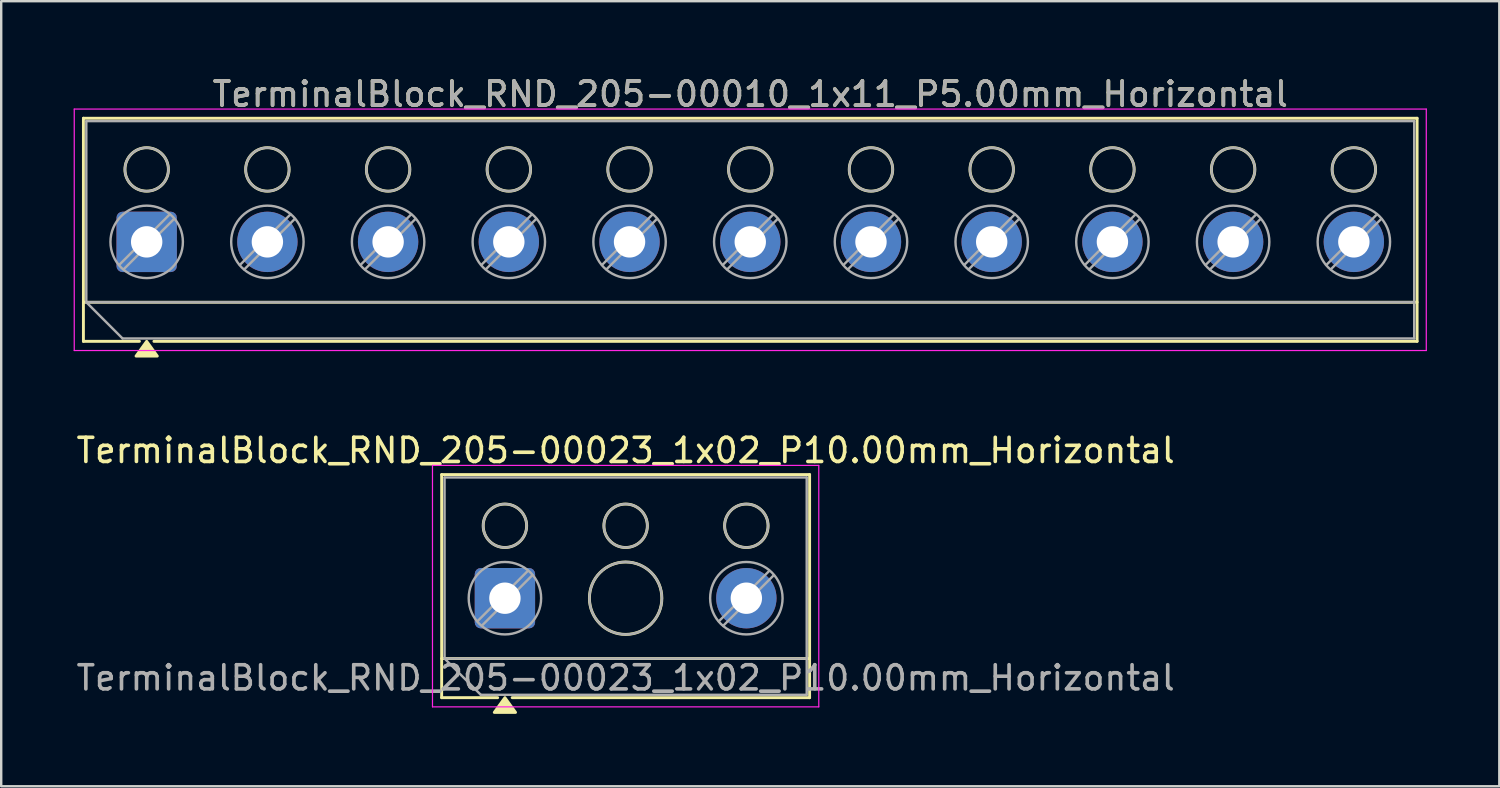
<source format=kicad_pcb>
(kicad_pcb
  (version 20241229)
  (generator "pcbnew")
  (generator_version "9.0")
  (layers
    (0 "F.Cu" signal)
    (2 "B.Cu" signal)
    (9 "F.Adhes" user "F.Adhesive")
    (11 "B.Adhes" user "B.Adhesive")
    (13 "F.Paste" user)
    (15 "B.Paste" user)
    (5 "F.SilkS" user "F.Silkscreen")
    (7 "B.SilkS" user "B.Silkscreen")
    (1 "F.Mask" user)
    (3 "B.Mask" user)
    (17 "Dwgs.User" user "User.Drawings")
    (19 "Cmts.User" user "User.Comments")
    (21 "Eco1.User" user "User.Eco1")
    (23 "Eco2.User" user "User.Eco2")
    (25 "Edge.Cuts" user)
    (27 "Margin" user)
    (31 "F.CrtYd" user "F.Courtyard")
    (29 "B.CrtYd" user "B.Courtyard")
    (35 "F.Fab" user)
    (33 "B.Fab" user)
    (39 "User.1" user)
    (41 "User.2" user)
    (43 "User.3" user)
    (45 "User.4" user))
  (footprint "TerminalBlock_RND_205-00010_1x11_P5.00mm_Horizontal"
    (layer "F.Cu")
    (at 3.025 6.968)
    (property "Reference" "TerminalBlock_RND_205-00010_1x11_P5.00mm_Horizontal" (at 25 -6.12 0) (layer "F.SilkS") (effects (font (size 1 1) (thickness 0.15))))
    (attr through_hole)
    (fp_line (start -2.62 -5.12) (end -2.62 4.12) (stroke (width 0.12) (type solid)) (layer "F.SilkS"))
    (fp_line (start -2.62 -5.12) (end 52.62 -5.12) (stroke (width 0.12) (type solid)) (layer "F.SilkS"))
    (fp_line (start -2.62 2.5) (end 52.62 2.5) (stroke (width 0.12) (type solid)) (layer "F.SilkS"))
    (fp_line (start -2.62 4.12) (end -0.3 4.12) (stroke (width 0.12) (type solid)) (layer "F.SilkS"))
    (fp_line (start 0.3 4.12) (end 52.62 4.12) (stroke (width 0.12) (type solid)) (layer "F.SilkS"))
    (fp_line (start 52.62 -5.12) (end 52.62 4.12) (stroke (width 0.12) (type solid)) (layer "F.SilkS"))
    (fp_circle (center 0 -3) (end 0.9 -3) (stroke (width 0.12) (type solid)) (fill no) (layer "F.SilkS"))
    (fp_circle (center 5 -3) (end 5.9 -3) (stroke (width 0.12) (type solid)) (fill no) (layer "F.SilkS"))
    (fp_circle (center 10 -3) (end 10.9 -3) (stroke (width 0.12) (type solid)) (fill no) (layer "F.SilkS"))
    (fp_circle (center 15 -3) (end 15.9 -3) (stroke (width 0.12) (type solid)) (fill no) (layer "F.SilkS"))
    (fp_circle (center 20 -3) (end 20.9 -3) (stroke (width 0.12) (type solid)) (fill no) (layer "F.SilkS"))
    (fp_circle (center 25 -3) (end 25.9 -3) (stroke (width 0.12) (type solid)) (fill no) (layer "F.SilkS"))
    (fp_circle (center 30 -3) (end 30.9 -3) (stroke (width 0.12) (type solid)) (fill no) (layer "F.SilkS"))
    (fp_circle (center 35 -3) (end 35.9 -3) (stroke (width 0.12) (type solid)) (fill no) (layer "F.SilkS"))
    (fp_circle (center 40 -3) (end 40.9 -3) (stroke (width 0.12) (type solid)) (fill no) (layer "F.SilkS"))
    (fp_circle (center 45 -3) (end 45.9 -3) (stroke (width 0.12) (type solid)) (fill no) (layer "F.SilkS"))
    (fp_circle (center 50 -3) (end 50.9 -3) (stroke (width 0.12) (type solid)) (fill no) (layer "F.SilkS"))
    (fp_poly (pts (xy 0 4.12) (xy 0.44 4.73) (xy -0.44 4.73)) (stroke (width 0.12) (type solid)) (fill yes) (layer "F.SilkS"))
    (fp_line (start -3 -5.5) (end -3 4.5) (stroke (width 0.05) (type solid)) (layer "F.CrtYd"))
    (fp_line (start -3 4.5) (end 53 4.5) (stroke (width 0.05) (type solid)) (layer "F.CrtYd"))
    (fp_line (start 53 -5.5) (end -3 -5.5) (stroke (width 0.05) (type solid)) (layer "F.CrtYd"))
    (fp_line (start 53 4.5) (end 53 -5.5) (stroke (width 0.05) (type solid)) (layer "F.CrtYd"))
    (fp_line (start -2.5 -5) (end 52.5 -5) (stroke (width 0.1) (type solid)) (layer "F.Fab"))
    (fp_line (start -2.5 2.5) (end -2.5 -5) (stroke (width 0.1) (type solid)) (layer "F.Fab"))
    (fp_line (start -2.5 2.5) (end 52.5 2.5) (stroke (width 0.1) (type solid)) (layer "F.Fab"))
    (fp_line (start -1 4) (end -2.5 2.5) (stroke (width 0.1) (type solid)) (layer "F.Fab"))
    (fp_line (start 0.955 -1.138) (end -1.138 0.954) (stroke (width 0.1) (type solid)) (layer "F.Fab"))
    (fp_line (start 1.138 -0.954) (end -0.955 1.137) (stroke (width 0.1) (type solid)) (layer "F.Fab"))
    (fp_line (start 5.955 -1.138) (end 3.862 0.954) (stroke (width 0.1) (type solid)) (layer "F.Fab"))
    (fp_line (start 6.138 -0.954) (end 4.045 1.137) (stroke (width 0.1) (type solid)) (layer "F.Fab"))
    (fp_line (start 10.955 -1.138) (end 8.862 0.954) (stroke (width 0.1) (type solid)) (layer "F.Fab"))
    (fp_line (start 11.138 -0.954) (end 9.045 1.137) (stroke (width 0.1) (type solid)) (layer "F.Fab"))
    (fp_line (start 15.955 -1.138) (end 13.862 0.954) (stroke (width 0.1) (type solid)) (layer "F.Fab"))
    (fp_line (start 16.138 -0.954) (end 14.045 1.137) (stroke (width 0.1) (type solid)) (layer "F.Fab"))
    (fp_line (start 20.955 -1.138) (end 18.862 0.954) (stroke (width 0.1) (type solid)) (layer "F.Fab"))
    (fp_line (start 21.138 -0.954) (end 19.045 1.137) (stroke (width 0.1) (type solid)) (layer "F.Fab"))
    (fp_line (start 25.955 -1.138) (end 23.862 0.954) (stroke (width 0.1) (type solid)) (layer "F.Fab"))
    (fp_line (start 26.138 -0.954) (end 24.045 1.137) (stroke (width 0.1) (type solid)) (layer "F.Fab"))
    (fp_line (start 30.955 -1.138) (end 28.862 0.954) (stroke (width 0.1) (type solid)) (layer "F.Fab"))
    (fp_line (start 31.138 -0.954) (end 29.045 1.137) (stroke (width 0.1) (type solid)) (layer "F.Fab"))
    (fp_line (start 35.955 -1.138) (end 33.862 0.954) (stroke (width 0.1) (type solid)) (layer "F.Fab"))
    (fp_line (start 36.138 -0.954) (end 34.045 1.137) (stroke (width 0.1) (type solid)) (layer "F.Fab"))
    (fp_line (start 40.955 -1.138) (end 38.862 0.954) (stroke (width 0.1) (type solid)) (layer "F.Fab"))
    (fp_line (start 41.138 -0.954) (end 39.045 1.137) (stroke (width 0.1) (type solid)) (layer "F.Fab"))
    (fp_line (start 45.955 -1.138) (end 43.862 0.954) (stroke (width 0.1) (type solid)) (layer "F.Fab"))
    (fp_line (start 46.138 -0.954) (end 44.045 1.137) (stroke (width 0.1) (type solid)) (layer "F.Fab"))
    (fp_line (start 50.955 -1.138) (end 48.862 0.954) (stroke (width 0.1) (type solid)) (layer "F.Fab"))
    (fp_line (start 51.138 -0.954) (end 49.045 1.137) (stroke (width 0.1) (type solid)) (layer "F.Fab"))
    (fp_line (start 52.5 -5) (end 52.5 4) (stroke (width 0.1) (type solid)) (layer "F.Fab"))
    (fp_line (start 52.5 4) (end -1 4) (stroke (width 0.1) (type solid)) (layer "F.Fab"))
    (fp_circle (center 0 -3) (end 0.9 -3) (stroke (width 0.1) (type solid)) (fill no) (layer "F.Fab"))
    (fp_circle (center 0 0) (end 1.5 0) (stroke (width 0.1) (type solid)) (fill no) (layer "F.Fab"))
    (fp_circle (center 5 -3) (end 5.9 -3) (stroke (width 0.1) (type solid)) (fill no) (layer "F.Fab"))
    (fp_circle (center 5 0) (end 6.5 0) (stroke (width 0.1) (type solid)) (fill no) (layer "F.Fab"))
    (fp_circle (center 10 -3) (end 10.9 -3) (stroke (width 0.1) (type solid)) (fill no) (layer "F.Fab"))
    (fp_circle (center 10 0) (end 11.5 0) (stroke (width 0.1) (type solid)) (fill no) (layer "F.Fab"))
    (fp_circle (center 15 -3) (end 15.9 -3) (stroke (width 0.1) (type solid)) (fill no) (layer "F.Fab"))
    (fp_circle (center 15 0) (end 16.5 0) (stroke (width 0.1) (type solid)) (fill no) (layer "F.Fab"))
    (fp_circle (center 20 -3) (end 20.9 -3) (stroke (width 0.1) (type solid)) (fill no) (layer "F.Fab"))
    (fp_circle (center 20 0) (end 21.5 0) (stroke (width 0.1) (type solid)) (fill no) (layer "F.Fab"))
    (fp_circle (center 25 -3) (end 25.9 -3) (stroke (width 0.1) (type solid)) (fill no) (layer "F.Fab"))
    (fp_circle (center 25 0) (end 26.5 0) (stroke (width 0.1) (type solid)) (fill no) (layer "F.Fab"))
    (fp_circle (center 30 -3) (end 30.9 -3) (stroke (width 0.1) (type solid)) (fill no) (layer "F.Fab"))
    (fp_circle (center 30 0) (end 31.5 0) (stroke (width 0.1) (type solid)) (fill no) (layer "F.Fab"))
    (fp_circle (center 35 -3) (end 35.9 -3) (stroke (width 0.1) (type solid)) (fill no) (layer "F.Fab"))
    (fp_circle (center 35 0) (end 36.5 0) (stroke (width 0.1) (type solid)) (fill no) (layer "F.Fab"))
    (fp_circle (center 40 -3) (end 40.9 -3) (stroke (width 0.1) (type solid)) (fill no) (layer "F.Fab"))
    (fp_circle (center 40 0) (end 41.5 0) (stroke (width 0.1) (type solid)) (fill no) (layer "F.Fab"))
    (fp_circle (center 45 -3) (end 45.9 -3) (stroke (width 0.1) (type solid)) (fill no) (layer "F.Fab"))
    (fp_circle (center 45 0) (end 46.5 0) (stroke (width 0.1) (type solid)) (fill no) (layer "F.Fab"))
    (fp_circle (center 50 -3) (end 50.9 -3) (stroke (width 0.1) (type solid)) (fill no) (layer "F.Fab"))
    (fp_circle (center 50 0) (end 51.5 0) (stroke (width 0.1) (type solid)) (fill no) (layer "F.Fab"))
    (fp_text user "${REFERENCE}" (at 25 -6.12 0) (layer "F.Fab") (effects (font (size 1 1) (thickness 0.15))))
    (pad "1" thru_hole roundrect (at 0 0) (size 2.5 2.5) (drill 1.3) (layers "*.Cu" "*.Mask") (roundrect_rratio 0.1))
    (pad "2" thru_hole circle (at 5 0) (size 2.5 2.5) (drill 1.3) (layers "*.Cu" "*.Mask"))
    (pad "3" thru_hole circle (at 10 0) (size 2.5 2.5) (drill 1.3) (layers "*.Cu" "*.Mask"))
    (pad "4" thru_hole circle (at 15 0) (size 2.5 2.5) (drill 1.3) (layers "*.Cu" "*.Mask"))
    (pad "5" thru_hole circle (at 20 0) (size 2.5 2.5) (drill 1.3) (layers "*.Cu" "*.Mask"))
    (pad "6" thru_hole circle (at 25 0) (size 2.5 2.5) (drill 1.3) (layers "*.Cu" "*.Mask"))
    (pad "7" thru_hole circle (at 30 0) (size 2.5 2.5) (drill 1.3) (layers "*.Cu" "*.Mask"))
    (pad "8" thru_hole circle (at 35 0) (size 2.5 2.5) (drill 1.3) (layers "*.Cu" "*.Mask"))
    (pad "9" thru_hole circle (at 40 0) (size 2.5 2.5) (drill 1.3) (layers "*.Cu" "*.Mask"))
    (pad "10" thru_hole circle (at 45 0) (size 2.5 2.5) (drill 1.3) (layers "*.Cu" "*.Mask"))
    (pad "11" thru_hole circle (at 50 0) (size 2.5 2.5) (drill 1.3) (layers "*.Cu" "*.Mask")))
  (footprint "TerminalBlock_RND_205-00023_1x02_P10.00mm_Horizontal"
    (layer "F.Cu")
    (at 17.863 21.727)
    (property "Reference" "TerminalBlock_RND_205-00023_1x02_P10.00mm_Horizontal" (at 5 -6.12 0) (layer "F.SilkS") (effects (font (size 1 1) (thickness 0.15))))
    (attr through_hole)
    (fp_line (start -2.62 -5.12) (end -2.62 4.12) (stroke (width 0.12) (type solid)) (layer "F.SilkS"))
    (fp_line (start -2.62 -5.12) (end 12.62 -5.12) (stroke (width 0.12) (type solid)) (layer "F.SilkS"))
    (fp_line (start -2.62 2.5) (end 12.62 2.5) (stroke (width 0.12) (type solid)) (layer "F.SilkS"))
    (fp_line (start -2.62 4.12) (end -0.3 4.12) (stroke (width 0.12) (type solid)) (layer "F.SilkS"))
    (fp_line (start 0.3 4.12) (end 12.62 4.12) (stroke (width 0.12) (type solid)) (layer "F.SilkS"))
    (fp_line (start 12.62 -5.12) (end 12.62 4.12) (stroke (width 0.12) (type solid)) (layer "F.SilkS"))
    (fp_circle (center 0 -3) (end 0.9 -3) (stroke (width 0.12) (type solid)) (fill no) (layer "F.SilkS"))
    (fp_circle (center 5 -3) (end 5.9 -3) (stroke (width 0.12) (type solid)) (fill no) (layer "F.SilkS"))
    (fp_circle (center 5 0) (end 6.5 0) (stroke (width 0.12) (type solid)) (fill no) (layer "F.SilkS"))
    (fp_circle (center 10 -3) (end 10.9 -3) (stroke (width 0.12) (type solid)) (fill no) (layer "F.SilkS"))
    (fp_poly (pts (xy 0 4.12) (xy 0.44 4.73) (xy -0.44 4.73)) (stroke (width 0.12) (type solid)) (fill yes) (layer "F.SilkS"))
    (fp_line (start -3 -5.5) (end -3 4.5) (stroke (width 0.05) (type solid)) (layer "F.CrtYd"))
    (fp_line (start -3 4.5) (end 13 4.5) (stroke (width 0.05) (type solid)) (layer "F.CrtYd"))
    (fp_line (start 13 -5.5) (end -3 -5.5) (stroke (width 0.05) (type solid)) (layer "F.CrtYd"))
    (fp_line (start 13 4.5) (end 13 -5.5) (stroke (width 0.05) (type solid)) (layer "F.CrtYd"))
    (fp_line (start -2.5 -5) (end 12.5 -5) (stroke (width 0.1) (type solid)) (layer "F.Fab"))
    (fp_line (start -2.5 2.5) (end -2.5 -5) (stroke (width 0.1) (type solid)) (layer "F.Fab"))
    (fp_line (start -2.5 2.5) (end 12.5 2.5) (stroke (width 0.1) (type solid)) (layer "F.Fab"))
    (fp_line (start -1 4) (end -2.5 2.5) (stroke (width 0.1) (type solid)) (layer "F.Fab"))
    (fp_line (start 0.955 -1.138) (end -1.138 0.954) (stroke (width 0.1) (type solid)) (layer "F.Fab"))
    (fp_line (start 1.138 -0.954) (end -0.955 1.137) (stroke (width 0.1) (type solid)) (layer "F.Fab"))
    (fp_line (start 10.955 -1.138) (end 8.862 0.954) (stroke (width 0.1) (type solid)) (layer "F.Fab"))
    (fp_line (start 11.138 -0.954) (end 9.045 1.137) (stroke (width 0.1) (type solid)) (layer "F.Fab"))
    (fp_line (start 12.5 -5) (end 12.5 4) (stroke (width 0.1) (type solid)) (layer "F.Fab"))
    (fp_line (start 12.5 4) (end -1 4) (stroke (width 0.1) (type solid)) (layer "F.Fab"))
    (fp_circle (center 0 -3) (end 0.9 -3) (stroke (width 0.1) (type solid)) (fill no) (layer "F.Fab"))
    (fp_circle (center 0 0) (end 1.5 0) (stroke (width 0.1) (type solid)) (fill no) (layer "F.Fab"))
    (fp_circle (center 5 -3) (end 5.9 -3) (stroke (width 0.1) (type solid)) (fill no) (layer "F.Fab"))
    (fp_circle (center 5 0) (end 6.5 0) (stroke (width 0.1) (type solid)) (fill no) (layer "F.Fab"))
    (fp_circle (center 10 -3) (end 10.9 -3) (stroke (width 0.1) (type solid)) (fill no) (layer "F.Fab"))
    (fp_circle (center 10 0) (end 11.5 0) (stroke (width 0.1) (type solid)) (fill no) (layer "F.Fab"))
    (fp_text user "${REFERENCE}" (at 5 3.3 0) (layer "F.Fab") (effects (font (size 1 1) (thickness 0.15))))
    (pad "1" thru_hole roundrect (at 0 0) (size 2.5 2.5) (drill 1.3) (layers "*.Cu" "*.Mask") (roundrect_rratio 0.1))
    (pad "2" thru_hole circle (at 10 0) (size 2.5 2.5) (drill 1.3) (layers "*.Cu" "*.Mask")))
  (gr_rect
    (start -3 -3)
    (end 59.05 29.517)
    (stroke (width 0.1) (type default))
    (fill no)
    (layer "Edge.Cuts")))
</source>
